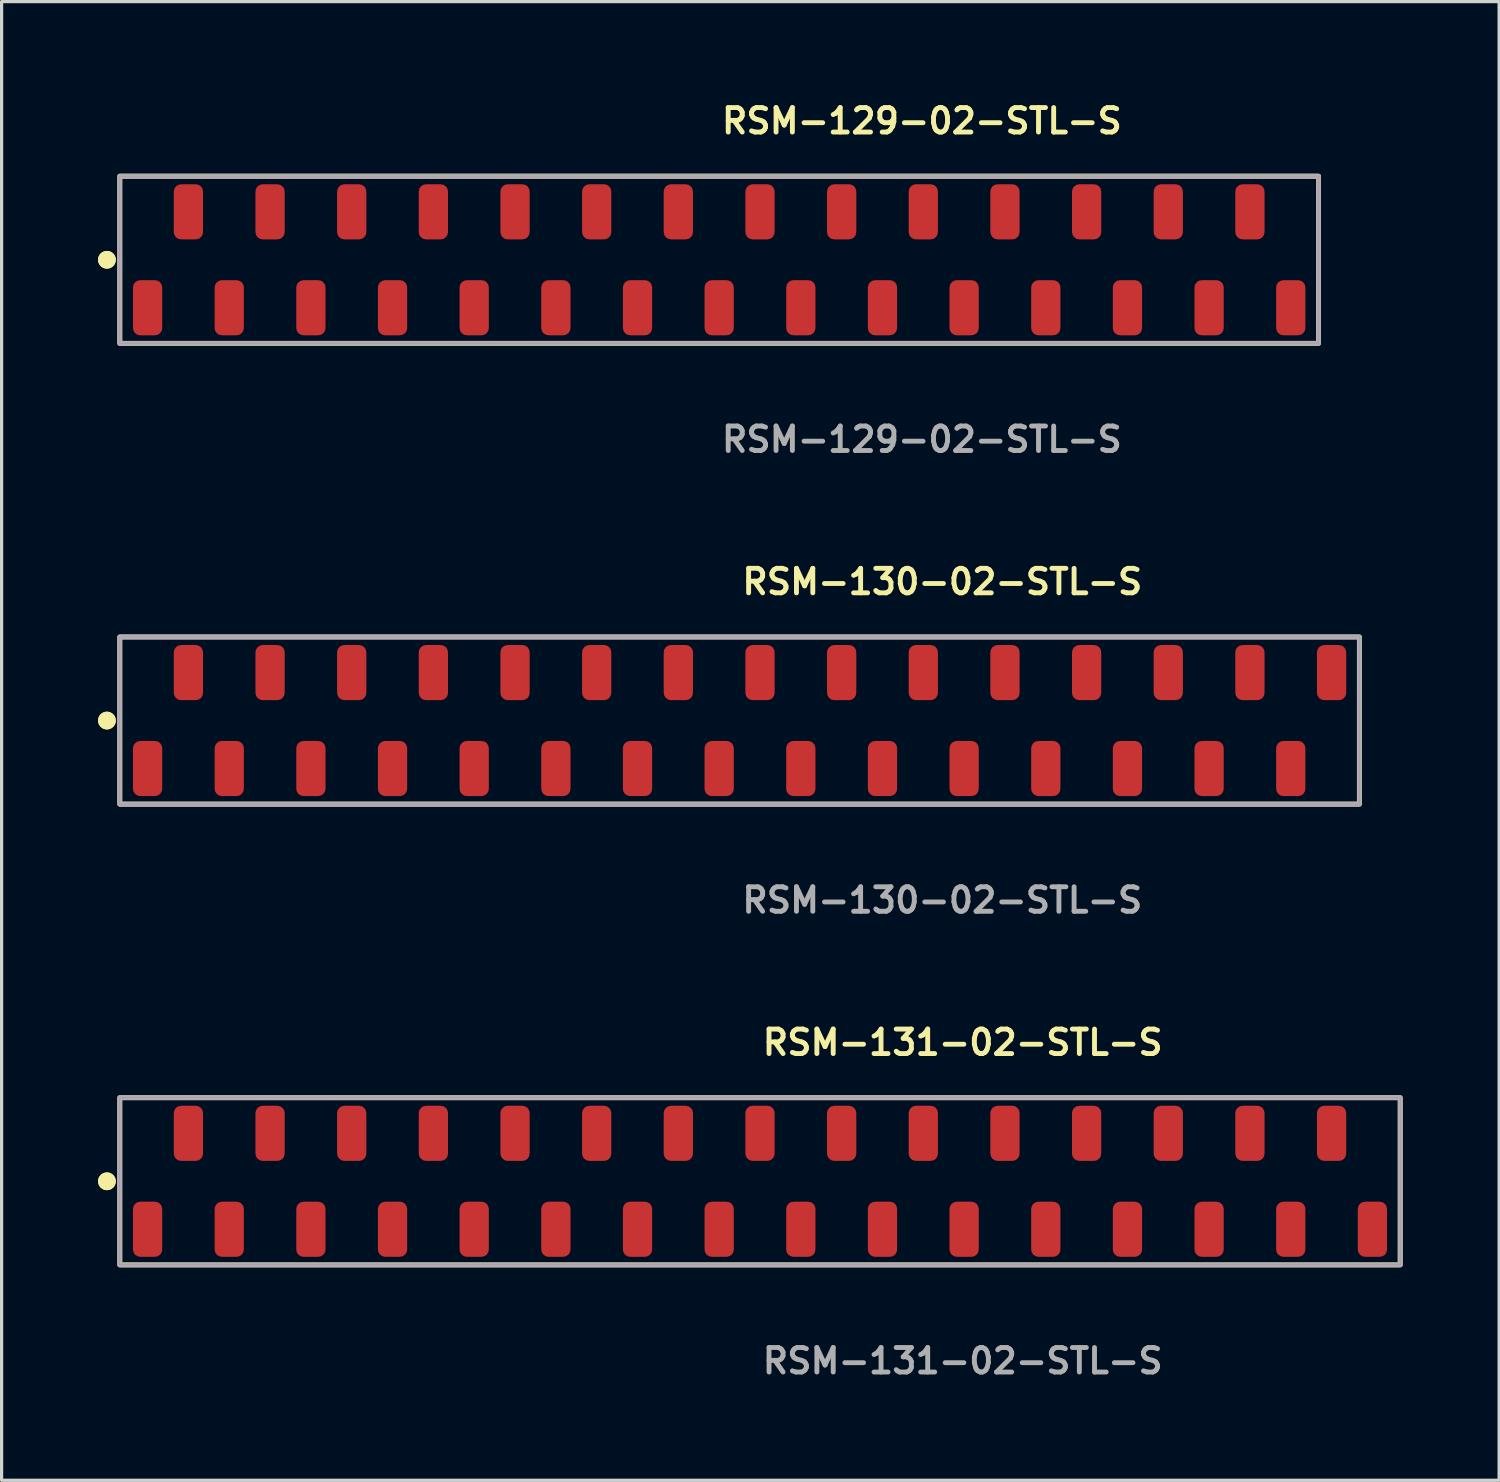
<source format=kicad_pcb>
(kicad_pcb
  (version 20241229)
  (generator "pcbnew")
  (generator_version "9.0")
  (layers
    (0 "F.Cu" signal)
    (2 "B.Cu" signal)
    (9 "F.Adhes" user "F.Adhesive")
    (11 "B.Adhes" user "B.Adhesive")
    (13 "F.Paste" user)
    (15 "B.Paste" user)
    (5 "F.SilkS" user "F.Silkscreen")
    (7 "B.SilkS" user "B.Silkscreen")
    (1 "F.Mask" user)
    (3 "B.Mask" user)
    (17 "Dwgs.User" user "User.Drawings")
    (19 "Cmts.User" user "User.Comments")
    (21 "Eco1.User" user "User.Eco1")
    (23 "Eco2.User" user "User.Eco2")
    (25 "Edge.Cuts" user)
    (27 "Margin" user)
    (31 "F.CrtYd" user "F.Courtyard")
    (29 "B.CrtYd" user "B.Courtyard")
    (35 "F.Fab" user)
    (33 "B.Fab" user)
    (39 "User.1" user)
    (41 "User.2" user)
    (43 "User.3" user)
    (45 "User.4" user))
  (footprint "RSM-130-02-STL-S"
    (layer "F.Cu")
    (at 19.956 19.364)
    (property "Reference" "RSM-130-02-STL-S" (at 0 -4.318 0) (unlocked yes) (layer "F.SilkS") (effects (font (size 0.762 0.762) (thickness 0.152)) (justify left)))
    (fp_rect (start -19.28 2.6) (end 19.28 -2.6) (stroke (width 0.152) (type solid)) (fill no) (layer "F.SilkS"))
    (fp_circle (center -19.68 0) (end -19.88 0) (stroke (width 0.152) (type solid)) (fill yes) (layer "F.SilkS"))
    (fp_circle (center -19.68 0) (end -19.88 0) (stroke (width 0.152) (type solid)) (fill yes) (layer "F.SilkS"))
    (fp_rect (start -19.28 2.6) (end 19.28 -2.6) (stroke (width 0.006) (type solid)) (fill no) (layer "F.CrtYd"))
    (fp_rect (start -19.28 2.6) (end 19.28 -2.6) (stroke (width 0.152) (type solid)) (fill no) (layer "F.Fab"))
    (fp_text user "${REFERENCE}" (at 0 5.588 0) (unlocked yes) (layer "F.Fab") (effects (font (size 0.762 0.762) (thickness 0.152)) (justify left)))
    (pad "1" smd roundrect (at -18.415 1.492) (size 0.91 1.715) (layers "F.Cu" "F.Paste") (roundrect_rratio 0.25))
    (pad "2" smd roundrect (at -17.145 -1.492) (size 0.91 1.715) (layers "F.Cu" "F.Paste") (roundrect_rratio 0.25))
    (pad "3" smd roundrect (at -15.875 1.492) (size 0.91 1.715) (layers "F.Cu" "F.Paste") (roundrect_rratio 0.25))
    (pad "4" smd roundrect (at -14.605 -1.492) (size 0.91 1.715) (layers "F.Cu" "F.Paste") (roundrect_rratio 0.25))
    (pad "5" smd roundrect (at -13.335 1.492) (size 0.91 1.715) (layers "F.Cu" "F.Paste") (roundrect_rratio 0.25))
    (pad "6" smd roundrect (at -12.065 -1.492) (size 0.91 1.715) (layers "F.Cu" "F.Paste") (roundrect_rratio 0.25))
    (pad "7" smd roundrect (at -10.795 1.492) (size 0.91 1.715) (layers "F.Cu" "F.Paste") (roundrect_rratio 0.25))
    (pad "8" smd roundrect (at -9.525 -1.492) (size 0.91 1.715) (layers "F.Cu" "F.Paste") (roundrect_rratio 0.25))
    (pad "9" smd roundrect (at -8.255 1.492) (size 0.91 1.715) (layers "F.Cu" "F.Paste") (roundrect_rratio 0.25))
    (pad "10" smd roundrect (at -6.985 -1.492) (size 0.91 1.715) (layers "F.Cu" "F.Paste") (roundrect_rratio 0.25))
    (pad "11" smd roundrect (at -5.715 1.492) (size 0.91 1.715) (layers "F.Cu" "F.Paste") (roundrect_rratio 0.25))
    (pad "12" smd roundrect (at -4.445 -1.492) (size 0.91 1.715) (layers "F.Cu" "F.Paste") (roundrect_rratio 0.25))
    (pad "13" smd roundrect (at -3.175 1.492) (size 0.91 1.715) (layers "F.Cu" "F.Paste") (roundrect_rratio 0.25))
    (pad "14" smd roundrect (at -1.905 -1.492) (size 0.91 1.715) (layers "F.Cu" "F.Paste") (roundrect_rratio 0.25))
    (pad "15" smd roundrect (at -0.635 1.492) (size 0.91 1.715) (layers "F.Cu" "F.Paste") (roundrect_rratio 0.25))
    (pad "16" smd roundrect (at 0.635 -1.492) (size 0.91 1.715) (layers "F.Cu" "F.Paste") (roundrect_rratio 0.25))
    (pad "17" smd roundrect (at 1.905 1.492) (size 0.91 1.715) (layers "F.Cu" "F.Paste") (roundrect_rratio 0.25))
    (pad "18" smd roundrect (at 3.175 -1.492) (size 0.91 1.715) (layers "F.Cu" "F.Paste") (roundrect_rratio 0.25))
    (pad "19" smd roundrect (at 4.445 1.492) (size 0.91 1.715) (layers "F.Cu" "F.Paste") (roundrect_rratio 0.25))
    (pad "20" smd roundrect (at 5.715 -1.492) (size 0.91 1.715) (layers "F.Cu" "F.Paste") (roundrect_rratio 0.25))
    (pad "21" smd roundrect (at 6.985 1.492) (size 0.91 1.715) (layers "F.Cu" "F.Paste") (roundrect_rratio 0.25))
    (pad "22" smd roundrect (at 8.255 -1.492) (size 0.91 1.715) (layers "F.Cu" "F.Paste") (roundrect_rratio 0.25))
    (pad "23" smd roundrect (at 9.525 1.492) (size 0.91 1.715) (layers "F.Cu" "F.Paste") (roundrect_rratio 0.25))
    (pad "24" smd roundrect (at 10.795 -1.492) (size 0.91 1.715) (layers "F.Cu" "F.Paste") (roundrect_rratio 0.25))
    (pad "25" smd roundrect (at 12.065 1.492) (size 0.91 1.715) (layers "F.Cu" "F.Paste") (roundrect_rratio 0.25))
    (pad "26" smd roundrect (at 13.335 -1.492) (size 0.91 1.715) (layers "F.Cu" "F.Paste") (roundrect_rratio 0.25))
    (pad "27" smd roundrect (at 14.605 1.492) (size 0.91 1.715) (layers "F.Cu" "F.Paste") (roundrect_rratio 0.25))
    (pad "28" smd roundrect (at 15.875 -1.492) (size 0.91 1.715) (layers "F.Cu" "F.Paste") (roundrect_rratio 0.25))
    (pad "29" smd roundrect (at 17.145 1.492) (size 0.91 1.715) (layers "F.Cu" "F.Paste") (roundrect_rratio 0.25))
    (pad "30" smd roundrect (at 18.415 -1.492) (size 0.91 1.715) (layers "F.Cu" "F.Paste") (roundrect_rratio 0.25)))
  (footprint "RSM-131-02-STL-S"
    (layer "F.Cu")
    (at 20.591 33.696)
    (property "Reference" "RSM-131-02-STL-S" (at 0 -4.318 0) (unlocked yes) (layer "F.SilkS") (effects (font (size 0.762 0.762) (thickness 0.152)) (justify left)))
    (fp_rect (start -19.915 2.6) (end 19.915 -2.6) (stroke (width 0.152) (type solid)) (fill no) (layer "F.SilkS"))
    (fp_circle (center -20.315 0) (end -20.515 0) (stroke (width 0.152) (type solid)) (fill yes) (layer "F.SilkS"))
    (fp_circle (center -20.315 0) (end -20.515 0) (stroke (width 0.152) (type solid)) (fill yes) (layer "F.SilkS"))
    (fp_rect (start -19.915 2.6) (end 19.915 -2.6) (stroke (width 0.006) (type solid)) (fill no) (layer "F.CrtYd"))
    (fp_rect (start -19.915 2.6) (end 19.915 -2.6) (stroke (width 0.152) (type solid)) (fill no) (layer "F.Fab"))
    (fp_text user "${REFERENCE}" (at 0 5.588 0) (unlocked yes) (layer "F.Fab") (effects (font (size 0.762 0.762) (thickness 0.152)) (justify left)))
    (pad "1" smd roundrect (at -19.05 1.492) (size 0.91 1.715) (layers "F.Cu" "F.Paste") (roundrect_rratio 0.25))
    (pad "2" smd roundrect (at -17.78 -1.492) (size 0.91 1.715) (layers "F.Cu" "F.Paste") (roundrect_rratio 0.25))
    (pad "3" smd roundrect (at -16.51 1.492) (size 0.91 1.715) (layers "F.Cu" "F.Paste") (roundrect_rratio 0.25))
    (pad "4" smd roundrect (at -15.24 -1.492) (size 0.91 1.715) (layers "F.Cu" "F.Paste") (roundrect_rratio 0.25))
    (pad "5" smd roundrect (at -13.97 1.492) (size 0.91 1.715) (layers "F.Cu" "F.Paste") (roundrect_rratio 0.25))
    (pad "6" smd roundrect (at -12.7 -1.492) (size 0.91 1.715) (layers "F.Cu" "F.Paste") (roundrect_rratio 0.25))
    (pad "7" smd roundrect (at -11.43 1.492) (size 0.91 1.715) (layers "F.Cu" "F.Paste") (roundrect_rratio 0.25))
    (pad "8" smd roundrect (at -10.16 -1.492) (size 0.91 1.715) (layers "F.Cu" "F.Paste") (roundrect_rratio 0.25))
    (pad "9" smd roundrect (at -8.89 1.492) (size 0.91 1.715) (layers "F.Cu" "F.Paste") (roundrect_rratio 0.25))
    (pad "10" smd roundrect (at -7.62 -1.492) (size 0.91 1.715) (layers "F.Cu" "F.Paste") (roundrect_rratio 0.25))
    (pad "11" smd roundrect (at -6.35 1.492) (size 0.91 1.715) (layers "F.Cu" "F.Paste") (roundrect_rratio 0.25))
    (pad "12" smd roundrect (at -5.08 -1.492) (size 0.91 1.715) (layers "F.Cu" "F.Paste") (roundrect_rratio 0.25))
    (pad "13" smd roundrect (at -3.81 1.492) (size 0.91 1.715) (layers "F.Cu" "F.Paste") (roundrect_rratio 0.25))
    (pad "14" smd roundrect (at -2.54 -1.492) (size 0.91 1.715) (layers "F.Cu" "F.Paste") (roundrect_rratio 0.25))
    (pad "15" smd roundrect (at -1.27 1.492) (size 0.91 1.715) (layers "F.Cu" "F.Paste") (roundrect_rratio 0.25))
    (pad "16" smd roundrect (at 0 -1.492) (size 0.91 1.715) (layers "F.Cu" "F.Paste") (roundrect_rratio 0.25))
    (pad "17" smd roundrect (at 1.27 1.492) (size 0.91 1.715) (layers "F.Cu" "F.Paste") (roundrect_rratio 0.25))
    (pad "18" smd roundrect (at 2.54 -1.492) (size 0.91 1.715) (layers "F.Cu" "F.Paste") (roundrect_rratio 0.25))
    (pad "19" smd roundrect (at 3.81 1.492) (size 0.91 1.715) (layers "F.Cu" "F.Paste") (roundrect_rratio 0.25))
    (pad "20" smd roundrect (at 5.08 -1.492) (size 0.91 1.715) (layers "F.Cu" "F.Paste") (roundrect_rratio 0.25))
    (pad "21" smd roundrect (at 6.35 1.492) (size 0.91 1.715) (layers "F.Cu" "F.Paste") (roundrect_rratio 0.25))
    (pad "22" smd roundrect (at 7.62 -1.492) (size 0.91 1.715) (layers "F.Cu" "F.Paste") (roundrect_rratio 0.25))
    (pad "23" smd roundrect (at 8.89 1.492) (size 0.91 1.715) (layers "F.Cu" "F.Paste") (roundrect_rratio 0.25))
    (pad "24" smd roundrect (at 10.16 -1.492) (size 0.91 1.715) (layers "F.Cu" "F.Paste") (roundrect_rratio 0.25))
    (pad "25" smd roundrect (at 11.43 1.492) (size 0.91 1.715) (layers "F.Cu" "F.Paste") (roundrect_rratio 0.25))
    (pad "26" smd roundrect (at 12.7 -1.492) (size 0.91 1.715) (layers "F.Cu" "F.Paste") (roundrect_rratio 0.25))
    (pad "27" smd roundrect (at 13.97 1.492) (size 0.91 1.715) (layers "F.Cu" "F.Paste") (roundrect_rratio 0.25))
    (pad "28" smd roundrect (at 15.24 -1.492) (size 0.91 1.715) (layers "F.Cu" "F.Paste") (roundrect_rratio 0.25))
    (pad "29" smd roundrect (at 16.51 1.492) (size 0.91 1.715) (layers "F.Cu" "F.Paste") (roundrect_rratio 0.25))
    (pad "30" smd roundrect (at 17.78 -1.492) (size 0.91 1.715) (layers "F.Cu" "F.Paste") (roundrect_rratio 0.25))
    (pad "31" smd roundrect (at 19.05 1.492) (size 0.91 1.715) (layers "F.Cu" "F.Paste") (roundrect_rratio 0.25)))
  (footprint "RSM-129-02-STL-S"
    (layer "F.Cu")
    (at 19.321 5.031)
    (property "Reference" "RSM-129-02-STL-S" (at 0 -4.318 0) (unlocked yes) (layer "F.SilkS") (effects (font (size 0.762 0.762) (thickness 0.152)) (justify left)))
    (fp_rect (start -18.645 2.6) (end 18.645 -2.6) (stroke (width 0.152) (type solid)) (fill no) (layer "F.SilkS"))
    (fp_circle (center -19.045 0) (end -19.245 0) (stroke (width 0.152) (type solid)) (fill yes) (layer "F.SilkS"))
    (fp_circle (center -19.045 0) (end -19.245 0) (stroke (width 0.152) (type solid)) (fill yes) (layer "F.SilkS"))
    (fp_rect (start -18.645 2.6) (end 18.645 -2.6) (stroke (width 0.006) (type solid)) (fill no) (layer "F.CrtYd"))
    (fp_rect (start -18.645 2.6) (end 18.645 -2.6) (stroke (width 0.152) (type solid)) (fill no) (layer "F.Fab"))
    (fp_text user "${REFERENCE}" (at 0 5.588 0) (unlocked yes) (layer "F.Fab") (effects (font (size 0.762 0.762) (thickness 0.152)) (justify left)))
    (pad "1" smd roundrect (at -17.78 1.492) (size 0.91 1.715) (layers "F.Cu" "F.Paste") (roundrect_rratio 0.25))
    (pad "2" smd roundrect (at -16.51 -1.492) (size 0.91 1.715) (layers "F.Cu" "F.Paste") (roundrect_rratio 0.25))
    (pad "3" smd roundrect (at -15.24 1.492) (size 0.91 1.715) (layers "F.Cu" "F.Paste") (roundrect_rratio 0.25))
    (pad "4" smd roundrect (at -13.97 -1.492) (size 0.91 1.715) (layers "F.Cu" "F.Paste") (roundrect_rratio 0.25))
    (pad "5" smd roundrect (at -12.7 1.492) (size 0.91 1.715) (layers "F.Cu" "F.Paste") (roundrect_rratio 0.25))
    (pad "6" smd roundrect (at -11.43 -1.492) (size 0.91 1.715) (layers "F.Cu" "F.Paste") (roundrect_rratio 0.25))
    (pad "7" smd roundrect (at -10.16 1.492) (size 0.91 1.715) (layers "F.Cu" "F.Paste") (roundrect_rratio 0.25))
    (pad "8" smd roundrect (at -8.89 -1.492) (size 0.91 1.715) (layers "F.Cu" "F.Paste") (roundrect_rratio 0.25))
    (pad "9" smd roundrect (at -7.62 1.492) (size 0.91 1.715) (layers "F.Cu" "F.Paste") (roundrect_rratio 0.25))
    (pad "10" smd roundrect (at -6.35 -1.492) (size 0.91 1.715) (layers "F.Cu" "F.Paste") (roundrect_rratio 0.25))
    (pad "11" smd roundrect (at -5.08 1.492) (size 0.91 1.715) (layers "F.Cu" "F.Paste") (roundrect_rratio 0.25))
    (pad "12" smd roundrect (at -3.81 -1.492) (size 0.91 1.715) (layers "F.Cu" "F.Paste") (roundrect_rratio 0.25))
    (pad "13" smd roundrect (at -2.54 1.492) (size 0.91 1.715) (layers "F.Cu" "F.Paste") (roundrect_rratio 0.25))
    (pad "14" smd roundrect (at -1.27 -1.492) (size 0.91 1.715) (layers "F.Cu" "F.Paste") (roundrect_rratio 0.25))
    (pad "15" smd roundrect (at 0 1.492) (size 0.91 1.715) (layers "F.Cu" "F.Paste") (roundrect_rratio 0.25))
    (pad "16" smd roundrect (at 1.27 -1.492) (size 0.91 1.715) (layers "F.Cu" "F.Paste") (roundrect_rratio 0.25))
    (pad "17" smd roundrect (at 2.54 1.492) (size 0.91 1.715) (layers "F.Cu" "F.Paste") (roundrect_rratio 0.25))
    (pad "18" smd roundrect (at 3.81 -1.492) (size 0.91 1.715) (layers "F.Cu" "F.Paste") (roundrect_rratio 0.25))
    (pad "19" smd roundrect (at 5.08 1.492) (size 0.91 1.715) (layers "F.Cu" "F.Paste") (roundrect_rratio 0.25))
    (pad "20" smd roundrect (at 6.35 -1.492) (size 0.91 1.715) (layers "F.Cu" "F.Paste") (roundrect_rratio 0.25))
    (pad "21" smd roundrect (at 7.62 1.492) (size 0.91 1.715) (layers "F.Cu" "F.Paste") (roundrect_rratio 0.25))
    (pad "22" smd roundrect (at 8.89 -1.492) (size 0.91 1.715) (layers "F.Cu" "F.Paste") (roundrect_rratio 0.25))
    (pad "23" smd roundrect (at 10.16 1.492) (size 0.91 1.715) (layers "F.Cu" "F.Paste") (roundrect_rratio 0.25))
    (pad "24" smd roundrect (at 11.43 -1.492) (size 0.91 1.715) (layers "F.Cu" "F.Paste") (roundrect_rratio 0.25))
    (pad "25" smd roundrect (at 12.7 1.492) (size 0.91 1.715) (layers "F.Cu" "F.Paste") (roundrect_rratio 0.25))
    (pad "26" smd roundrect (at 13.97 -1.492) (size 0.91 1.715) (layers "F.Cu" "F.Paste") (roundrect_rratio 0.25))
    (pad "27" smd roundrect (at 15.24 1.492) (size 0.91 1.715) (layers "F.Cu" "F.Paste") (roundrect_rratio 0.25))
    (pad "28" smd roundrect (at 16.51 -1.492) (size 0.91 1.715) (layers "F.Cu" "F.Paste") (roundrect_rratio 0.25))
    (pad "29" smd roundrect (at 17.78 1.492) (size 0.91 1.715) (layers "F.Cu" "F.Paste") (roundrect_rratio 0.25)))
  (gr_rect
    (start -3 -3)
    (end 43.582 42.997)
    (stroke (width 0.1) (type default))
    (fill no)
    (layer "Edge.Cuts")))
</source>
